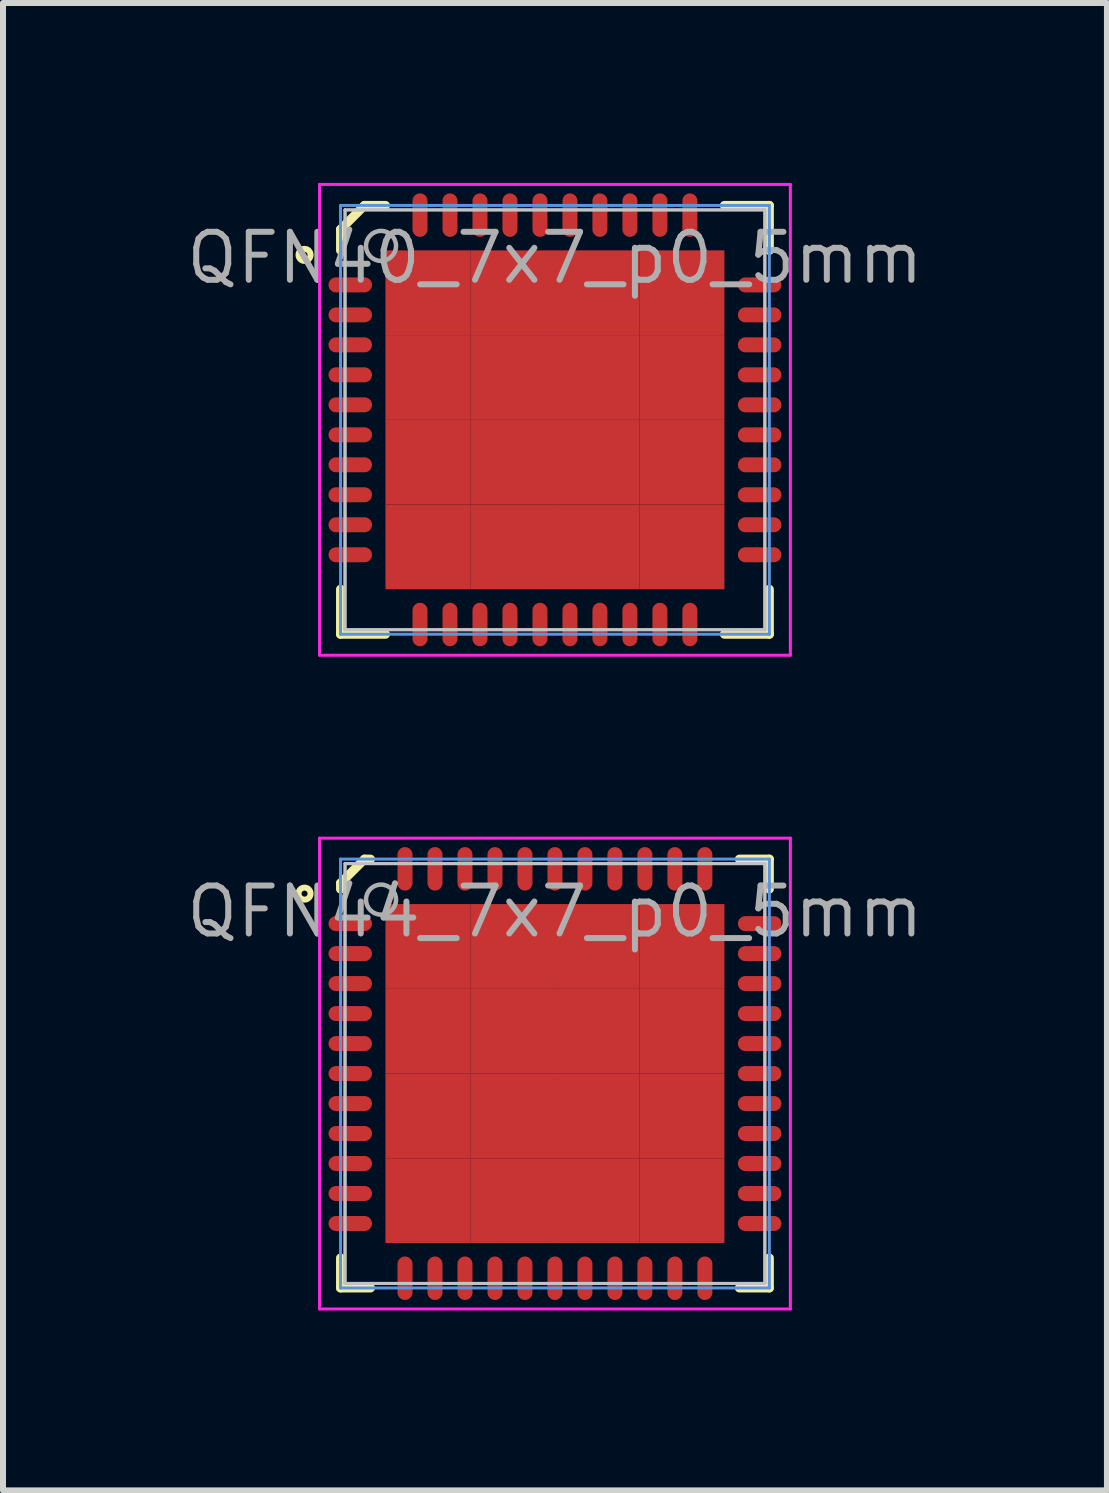
<source format=kicad_pcb>
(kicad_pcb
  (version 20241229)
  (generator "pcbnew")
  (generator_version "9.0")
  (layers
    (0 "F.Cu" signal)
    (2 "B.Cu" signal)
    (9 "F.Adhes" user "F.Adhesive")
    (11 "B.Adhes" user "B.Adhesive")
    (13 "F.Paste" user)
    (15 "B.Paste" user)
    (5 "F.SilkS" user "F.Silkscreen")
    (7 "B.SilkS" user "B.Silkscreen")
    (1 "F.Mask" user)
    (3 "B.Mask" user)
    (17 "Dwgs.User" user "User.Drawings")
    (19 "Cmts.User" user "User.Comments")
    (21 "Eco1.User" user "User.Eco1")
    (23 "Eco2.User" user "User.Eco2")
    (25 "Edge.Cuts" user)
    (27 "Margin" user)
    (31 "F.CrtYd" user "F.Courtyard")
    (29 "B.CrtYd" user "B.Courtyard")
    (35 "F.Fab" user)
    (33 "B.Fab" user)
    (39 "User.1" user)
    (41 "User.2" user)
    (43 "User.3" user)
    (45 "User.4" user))
  (footprint "QFN44_7x7_p0_5mm"
    (layer "F.Cu")
    (at 6.203 14.85)
    (property "Reference" "QFN44_7x7_p0_5mm" (at 0 -2.7 0) (layer "F.Fab") (effects (font (size 0.8 0.8) (thickness 0.1))))
    (attr through_hole)
    (fp_line (start -3.575 -3.175) (end -3.575 -3.075) (stroke (width 0.15) (type solid)) (layer "F.SilkS"))
    (fp_line (start -3.575 -3.175) (end -3.175 -3.575) (stroke (width 0.15) (type solid)) (layer "F.SilkS"))
    (fp_line (start -3.575 3.575) (end -3.575 3.075) (stroke (width 0.15) (type solid)) (layer "F.SilkS"))
    (fp_line (start -3.575 3.575) (end -3.075 3.575) (stroke (width 0.15) (type solid)) (layer "F.SilkS"))
    (fp_line (start -3.075 -3.575) (end -3.175 -3.575) (stroke (width 0.15) (type solid)) (layer "F.SilkS"))
    (fp_line (start 3.575 -3.575) (end 3.075 -3.575) (stroke (width 0.15) (type solid)) (layer "F.SilkS"))
    (fp_line (start 3.575 -3.575) (end 3.575 -3.075) (stroke (width 0.15) (type solid)) (layer "F.SilkS"))
    (fp_line (start 3.575 3.575) (end 3.075 3.575) (stroke (width 0.15) (type solid)) (layer "F.SilkS"))
    (fp_line (start 3.575 3.575) (end 3.575 3.075) (stroke (width 0.15) (type solid)) (layer "F.SilkS"))
    (fp_circle (center -4.175 -3) (end -4.104 -2.929) (stroke (width 0.1) (type solid)) (fill no) (layer "F.SilkS"))
    (fp_line (start -3.5 -3.5) (end -3.5 3.5) (stroke (width 0.05) (type solid)) (layer "Dwgs.User"))
    (fp_line (start -3.5 -3.5) (end 3.5 -3.5) (stroke (width 0.05) (type solid)) (layer "Dwgs.User"))
    (fp_line (start -3.5 3.5) (end 3.5 3.5) (stroke (width 0.05) (type solid)) (layer "Dwgs.User"))
    (fp_line (start 3.5 -3.5) (end 3.5 3.5) (stroke (width 0.05) (type solid)) (layer "Dwgs.User"))
    (fp_line (start -3.575 -3.575) (end -3.575 3.575) (stroke (width 0.05) (type solid)) (layer "Cmts.User"))
    (fp_line (start -3.575 -3.575) (end 3.575 -3.575) (stroke (width 0.05) (type solid)) (layer "Cmts.User"))
    (fp_line (start -3.575 3.575) (end 3.575 3.575) (stroke (width 0.05) (type solid)) (layer "Cmts.User"))
    (fp_line (start 3.575 -3.575) (end 3.575 3.575) (stroke (width 0.05) (type solid)) (layer "Cmts.User"))
    (fp_line (start -3.425 -3.425) (end -3.425 3.425) (stroke (width 0.05) (type solid)) (layer "Eco1.User"))
    (fp_line (start -3.425 -3.425) (end 3.425 -3.425) (stroke (width 0.05) (type solid)) (layer "Eco1.User"))
    (fp_line (start -3.425 3.425) (end 3.425 3.425) (stroke (width 0.05) (type solid)) (layer "Eco1.User"))
    (fp_line (start 3.425 -3.425) (end 3.425 3.425) (stroke (width 0.05) (type solid)) (layer "Eco1.User"))
    (fp_line (start -3.925 -3.925) (end -3.925 3.925) (stroke (width 0.05) (type solid)) (layer "F.CrtYd"))
    (fp_line (start -3.925 -3.925) (end 3.925 -3.925) (stroke (width 0.05) (type solid)) (layer "F.CrtYd"))
    (fp_line (start -3.925 3.925) (end 3.925 3.925) (stroke (width 0.05) (type solid)) (layer "F.CrtYd"))
    (fp_line (start 3.925 -3.925) (end 3.925 3.925) (stroke (width 0.05) (type solid)) (layer "F.CrtYd"))
    (fp_line (start -3.5 -3.5) (end -3.5 3.5) (stroke (width 0.05) (type solid)) (layer "F.Fab"))
    (fp_line (start -3.5 -3.5) (end 3.5 -3.5) (stroke (width 0.05) (type solid)) (layer "F.Fab"))
    (fp_line (start -3.5 3.5) (end 3.5 3.5) (stroke (width 0.05) (type solid)) (layer "F.Fab"))
    (fp_line (start 3.5 -3.5) (end 3.5 3.5) (stroke (width 0.05) (type solid)) (layer "F.Fab"))
    (fp_circle (center -2.9 -2.9) (end -2.723 -2.723) (stroke (width 0.075) (type solid)) (fill no) (layer "F.Fab"))
    (pad "1" smd oval (at -3.413 -2.5 180) (size 0.725 0.25) (layers "F.Cu" "F.Mask" "F.Paste"))
    (pad "2" smd oval (at -3.413 -2 180) (size 0.725 0.25) (layers "F.Cu" "F.Mask" "F.Paste"))
    (pad "3" smd oval (at -3.413 -1.5 180) (size 0.725 0.25) (layers "F.Cu" "F.Mask" "F.Paste"))
    (pad "4" smd oval (at -3.413 -1 180) (size 0.725 0.25) (layers "F.Cu" "F.Mask" "F.Paste"))
    (pad "5" smd oval (at -3.413 -0.5 180) (size 0.725 0.25) (layers "F.Cu" "F.Mask" "F.Paste"))
    (pad "6" smd oval (at -3.413 0 180) (size 0.725 0.25) (layers "F.Cu" "F.Mask" "F.Paste"))
    (pad "7" smd oval (at -3.413 0.5 180) (size 0.725 0.25) (layers "F.Cu" "F.Mask" "F.Paste"))
    (pad "8" smd oval (at -3.413 1 180) (size 0.725 0.25) (layers "F.Cu" "F.Mask" "F.Paste"))
    (pad "9" smd oval (at -3.413 1.5 180) (size 0.725 0.25) (layers "F.Cu" "F.Mask" "F.Paste"))
    (pad "10" smd oval (at -3.413 2 180) (size 0.725 0.25) (layers "F.Cu" "F.Mask" "F.Paste"))
    (pad "11" smd oval (at -3.413 2.5 180) (size 0.725 0.25) (layers "F.Cu" "F.Mask" "F.Paste"))
    (pad "12" smd oval (at -2.5 3.413 270) (size 0.725 0.25) (layers "F.Cu" "F.Mask" "F.Paste"))
    (pad "13" smd oval (at -2 3.413 270) (size 0.725 0.25) (layers "F.Cu" "F.Mask" "F.Paste"))
    (pad "14" smd oval (at -1.5 3.413 270) (size 0.725 0.25) (layers "F.Cu" "F.Mask" "F.Paste"))
    (pad "15" smd oval (at -1 3.413 270) (size 0.725 0.25) (layers "F.Cu" "F.Mask" "F.Paste"))
    (pad "16" smd oval (at -0.5 3.413 270) (size 0.725 0.25) (layers "F.Cu" "F.Mask" "F.Paste"))
    (pad "17" smd oval (at 0 3.413 270) (size 0.725 0.25) (layers "F.Cu" "F.Mask" "F.Paste"))
    (pad "18" smd oval (at 0.5 3.413 270) (size 0.725 0.25) (layers "F.Cu" "F.Mask" "F.Paste"))
    (pad "19" smd oval (at 1 3.413 270) (size 0.725 0.25) (layers "F.Cu" "F.Mask" "F.Paste"))
    (pad "20" smd oval (at 1.5 3.413 270) (size 0.725 0.25) (layers "F.Cu" "F.Mask" "F.Paste"))
    (pad "21" smd oval (at 2 3.413 270) (size 0.725 0.25) (layers "F.Cu" "F.Mask" "F.Paste"))
    (pad "22" smd oval (at 2.5 3.413 270) (size 0.725 0.25) (layers "F.Cu" "F.Mask" "F.Paste"))
    (pad "23" smd oval (at 3.413 2.5) (size 0.725 0.25) (layers "F.Cu" "F.Mask" "F.Paste"))
    (pad "24" smd oval (at 3.413 2) (size 0.725 0.25) (layers "F.Cu" "F.Mask" "F.Paste"))
    (pad "25" smd oval (at 3.413 1.5) (size 0.725 0.25) (layers "F.Cu" "F.Mask" "F.Paste"))
    (pad "26" smd oval (at 3.413 1) (size 0.725 0.25) (layers "F.Cu" "F.Mask" "F.Paste"))
    (pad "27" smd oval (at 3.413 0.5) (size 0.725 0.25) (layers "F.Cu" "F.Mask" "F.Paste"))
    (pad "28" smd oval (at 3.413 0) (size 0.725 0.25) (layers "F.Cu" "F.Mask" "F.Paste"))
    (pad "29" smd oval (at 3.413 -0.5) (size 0.725 0.25) (layers "F.Cu" "F.Mask" "F.Paste"))
    (pad "30" smd oval (at 3.413 -1) (size 0.725 0.25) (layers "F.Cu" "F.Mask" "F.Paste"))
    (pad "31" smd oval (at 3.413 -1.5) (size 0.725 0.25) (layers "F.Cu" "F.Mask" "F.Paste"))
    (pad "32" smd oval (at 3.413 -2) (size 0.725 0.25) (layers "F.Cu" "F.Mask" "F.Paste"))
    (pad "33" smd oval (at 3.413 -2.5) (size 0.725 0.25) (layers "F.Cu" "F.Mask" "F.Paste"))
    (pad "34" smd oval (at 2.5 -3.413 90) (size 0.725 0.25) (layers "F.Cu" "F.Mask" "F.Paste"))
    (pad "35" smd oval (at 2 -3.413 90) (size 0.725 0.25) (layers "F.Cu" "F.Mask" "F.Paste"))
    (pad "36" smd oval (at 1.5 -3.413 90) (size 0.725 0.25) (layers "F.Cu" "F.Mask" "F.Paste"))
    (pad "37" smd oval (at 1 -3.413 90) (size 0.725 0.25) (layers "F.Cu" "F.Mask" "F.Paste"))
    (pad "38" smd oval (at 0.5 -3.413 90) (size 0.725 0.25) (layers "F.Cu" "F.Mask" "F.Paste"))
    (pad "39" smd oval (at 0 -3.413 90) (size 0.725 0.25) (layers "F.Cu" "F.Mask" "F.Paste"))
    (pad "40" smd oval (at -0.5 -3.413 90) (size 0.725 0.25) (layers "F.Cu" "F.Mask" "F.Paste"))
    (pad "41" smd oval (at -1 -3.413 90) (size 0.725 0.25) (layers "F.Cu" "F.Mask" "F.Paste"))
    (pad "42" smd oval (at -1.5 -3.413 90) (size 0.725 0.25) (layers "F.Cu" "F.Mask" "F.Paste"))
    (pad "43" smd oval (at -2 -3.413 90) (size 0.725 0.25) (layers "F.Cu" "F.Mask" "F.Paste"))
    (pad "44" smd oval (at -2.5 -3.413 90) (size 0.725 0.25) (layers "F.Cu" "F.Mask" "F.Paste"))
    (pad "45" smd rect (at -2.119 -2.119) (size 1.413 1.413) (layers "F.Cu" "F.Mask" "F.Paste"))
    (pad "45" smd rect (at -2.119 -0.706) (size 1.413 1.413) (layers "F.Cu" "F.Mask" "F.Paste"))
    (pad "45" smd rect (at -2.119 0.706) (size 1.413 1.413) (layers "F.Cu" "F.Mask" "F.Paste"))
    (pad "45" smd rect (at -2.119 2.119) (size 1.413 1.413) (layers "F.Cu" "F.Mask" "F.Paste"))
    (pad "45" smd rect (at -0.706 -2.119) (size 1.413 1.413) (layers "F.Cu" "F.Mask" "F.Paste"))
    (pad "45" smd rect (at -0.706 -0.706) (size 1.413 1.413) (layers "F.Cu" "F.Mask" "F.Paste"))
    (pad "45" smd rect (at -0.706 0.706) (size 1.413 1.413) (layers "F.Cu" "F.Mask" "F.Paste"))
    (pad "45" smd rect (at -0.706 2.119) (size 1.413 1.413) (layers "F.Cu" "F.Mask" "F.Paste"))
    (pad "45" smd rect (at 0.706 -2.119) (size 1.413 1.413) (layers "F.Cu" "F.Mask" "F.Paste"))
    (pad "45" smd rect (at 0.706 -0.706) (size 1.413 1.413) (layers "F.Cu" "F.Mask" "F.Paste"))
    (pad "45" smd rect (at 0.706 0.706) (size 1.413 1.413) (layers "F.Cu" "F.Mask" "F.Paste"))
    (pad "45" smd rect (at 0.706 2.119) (size 1.413 1.413) (layers "F.Cu" "F.Mask" "F.Paste"))
    (pad "45" smd rect (at 2.119 -2.119) (size 1.413 1.413) (layers "F.Cu" "F.Mask" "F.Paste"))
    (pad "45" smd rect (at 2.119 -0.706) (size 1.413 1.413) (layers "F.Cu" "F.Mask" "F.Paste"))
    (pad "45" smd rect (at 2.119 0.706) (size 1.413 1.413) (layers "F.Cu" "F.Mask" "F.Paste"))
    (pad "45" smd rect (at 2.119 2.119) (size 1.413 1.413) (layers "F.Cu" "F.Mask" "F.Paste")))
  (footprint "QFN40_7x7_p0_5mm"
    (layer "F.Cu")
    (at 6.203 3.95)
    (property "Reference" "QFN40_7x7_p0_5mm" (at 0 -2.7 0) (layer "F.Fab") (effects (font (size 0.8 0.8) (thickness 0.1))))
    (attr through_hole)
    (fp_line (start -3.575 -3.175) (end -3.575 -2.825) (stroke (width 0.15) (type solid)) (layer "F.SilkS"))
    (fp_line (start -3.575 -3.175) (end -3.175 -3.575) (stroke (width 0.15) (type solid)) (layer "F.SilkS"))
    (fp_line (start -3.575 3.575) (end -3.575 2.825) (stroke (width 0.15) (type solid)) (layer "F.SilkS"))
    (fp_line (start -3.575 3.575) (end -2.825 3.575) (stroke (width 0.15) (type solid)) (layer "F.SilkS"))
    (fp_line (start -2.825 -3.575) (end -3.175 -3.575) (stroke (width 0.15) (type solid)) (layer "F.SilkS"))
    (fp_line (start 3.575 -3.575) (end 2.825 -3.575) (stroke (width 0.15) (type solid)) (layer "F.SilkS"))
    (fp_line (start 3.575 -3.575) (end 3.575 -2.825) (stroke (width 0.15) (type solid)) (layer "F.SilkS"))
    (fp_line (start 3.575 3.575) (end 2.825 3.575) (stroke (width 0.15) (type solid)) (layer "F.SilkS"))
    (fp_line (start 3.575 3.575) (end 3.575 2.825) (stroke (width 0.15) (type solid)) (layer "F.SilkS"))
    (fp_circle (center -4.175 -2.75) (end -4.104 -2.679) (stroke (width 0.1) (type solid)) (fill no) (layer "F.SilkS"))
    (fp_line (start -3.5 -3.5) (end -3.5 3.5) (stroke (width 0.05) (type solid)) (layer "Dwgs.User"))
    (fp_line (start -3.5 -3.5) (end 3.5 -3.5) (stroke (width 0.05) (type solid)) (layer "Dwgs.User"))
    (fp_line (start -3.5 3.5) (end 3.5 3.5) (stroke (width 0.05) (type solid)) (layer "Dwgs.User"))
    (fp_line (start 3.5 -3.5) (end 3.5 3.5) (stroke (width 0.05) (type solid)) (layer "Dwgs.User"))
    (fp_line (start -3.575 -3.575) (end -3.575 3.575) (stroke (width 0.05) (type solid)) (layer "Cmts.User"))
    (fp_line (start -3.575 -3.575) (end 3.575 -3.575) (stroke (width 0.05) (type solid)) (layer "Cmts.User"))
    (fp_line (start -3.575 3.575) (end 3.575 3.575) (stroke (width 0.05) (type solid)) (layer "Cmts.User"))
    (fp_line (start 3.575 -3.575) (end 3.575 3.575) (stroke (width 0.05) (type solid)) (layer "Cmts.User"))
    (fp_line (start -3.425 -3.425) (end -3.425 3.425) (stroke (width 0.05) (type solid)) (layer "Eco1.User"))
    (fp_line (start -3.425 -3.425) (end 3.425 -3.425) (stroke (width 0.05) (type solid)) (layer "Eco1.User"))
    (fp_line (start -3.425 3.425) (end 3.425 3.425) (stroke (width 0.05) (type solid)) (layer "Eco1.User"))
    (fp_line (start 3.425 -3.425) (end 3.425 3.425) (stroke (width 0.05) (type solid)) (layer "Eco1.User"))
    (fp_line (start -3.925 -3.925) (end -3.925 3.925) (stroke (width 0.05) (type solid)) (layer "F.CrtYd"))
    (fp_line (start -3.925 -3.925) (end 3.925 -3.925) (stroke (width 0.05) (type solid)) (layer "F.CrtYd"))
    (fp_line (start -3.925 3.925) (end 3.925 3.925) (stroke (width 0.05) (type solid)) (layer "F.CrtYd"))
    (fp_line (start 3.925 -3.925) (end 3.925 3.925) (stroke (width 0.05) (type solid)) (layer "F.CrtYd"))
    (fp_line (start -3.5 -3.5) (end -3.5 3.5) (stroke (width 0.05) (type solid)) (layer "F.Fab"))
    (fp_line (start -3.5 -3.5) (end 3.5 -3.5) (stroke (width 0.05) (type solid)) (layer "F.Fab"))
    (fp_line (start -3.5 3.5) (end 3.5 3.5) (stroke (width 0.05) (type solid)) (layer "F.Fab"))
    (fp_line (start 3.5 -3.5) (end 3.5 3.5) (stroke (width 0.05) (type solid)) (layer "F.Fab"))
    (fp_circle (center -2.9 -2.9) (end -2.723 -2.723) (stroke (width 0.075) (type solid)) (fill no) (layer "F.Fab"))
    (pad "1" smd oval (at -3.413 -2.25 180) (size 0.725 0.25) (layers "F.Cu" "F.Mask" "F.Paste"))
    (pad "2" smd oval (at -3.413 -1.75 180) (size 0.725 0.25) (layers "F.Cu" "F.Mask" "F.Paste"))
    (pad "3" smd oval (at -3.413 -1.25 180) (size 0.725 0.25) (layers "F.Cu" "F.Mask" "F.Paste"))
    (pad "4" smd oval (at -3.413 -0.75 180) (size 0.725 0.25) (layers "F.Cu" "F.Mask" "F.Paste"))
    (pad "5" smd oval (at -3.413 -0.25 180) (size 0.725 0.25) (layers "F.Cu" "F.Mask" "F.Paste"))
    (pad "6" smd oval (at -3.413 0.25 180) (size 0.725 0.25) (layers "F.Cu" "F.Mask" "F.Paste"))
    (pad "7" smd oval (at -3.413 0.75 180) (size 0.725 0.25) (layers "F.Cu" "F.Mask" "F.Paste"))
    (pad "8" smd oval (at -3.413 1.25 180) (size 0.725 0.25) (layers "F.Cu" "F.Mask" "F.Paste"))
    (pad "9" smd oval (at -3.413 1.75 180) (size 0.725 0.25) (layers "F.Cu" "F.Mask" "F.Paste"))
    (pad "10" smd oval (at -3.413 2.25 180) (size 0.725 0.25) (layers "F.Cu" "F.Mask" "F.Paste"))
    (pad "11" smd oval (at -2.25 3.413 270) (size 0.725 0.25) (layers "F.Cu" "F.Mask" "F.Paste"))
    (pad "12" smd oval (at -1.75 3.413 270) (size 0.725 0.25) (layers "F.Cu" "F.Mask" "F.Paste"))
    (pad "13" smd oval (at -1.25 3.413 270) (size 0.725 0.25) (layers "F.Cu" "F.Mask" "F.Paste"))
    (pad "14" smd oval (at -0.75 3.413 270) (size 0.725 0.25) (layers "F.Cu" "F.Mask" "F.Paste"))
    (pad "15" smd oval (at -0.25 3.413 270) (size 0.725 0.25) (layers "F.Cu" "F.Mask" "F.Paste"))
    (pad "16" smd oval (at 0.25 3.413 270) (size 0.725 0.25) (layers "F.Cu" "F.Mask" "F.Paste"))
    (pad "17" smd oval (at 0.75 3.413 270) (size 0.725 0.25) (layers "F.Cu" "F.Mask" "F.Paste"))
    (pad "18" smd oval (at 1.25 3.413 270) (size 0.725 0.25) (layers "F.Cu" "F.Mask" "F.Paste"))
    (pad "19" smd oval (at 1.75 3.413 270) (size 0.725 0.25) (layers "F.Cu" "F.Mask" "F.Paste"))
    (pad "20" smd oval (at 2.25 3.413 270) (size 0.725 0.25) (layers "F.Cu" "F.Mask" "F.Paste"))
    (pad "21" smd oval (at 3.413 2.25) (size 0.725 0.25) (layers "F.Cu" "F.Mask" "F.Paste"))
    (pad "22" smd oval (at 3.413 1.75) (size 0.725 0.25) (layers "F.Cu" "F.Mask" "F.Paste"))
    (pad "23" smd oval (at 3.413 1.25) (size 0.725 0.25) (layers "F.Cu" "F.Mask" "F.Paste"))
    (pad "24" smd oval (at 3.413 0.75) (size 0.725 0.25) (layers "F.Cu" "F.Mask" "F.Paste"))
    (pad "25" smd oval (at 3.413 0.25) (size 0.725 0.25) (layers "F.Cu" "F.Mask" "F.Paste"))
    (pad "26" smd oval (at 3.413 -0.25) (size 0.725 0.25) (layers "F.Cu" "F.Mask" "F.Paste"))
    (pad "27" smd oval (at 3.413 -0.75) (size 0.725 0.25) (layers "F.Cu" "F.Mask" "F.Paste"))
    (pad "28" smd oval (at 3.413 -1.25) (size 0.725 0.25) (layers "F.Cu" "F.Mask" "F.Paste"))
    (pad "29" smd oval (at 3.413 -1.75) (size 0.725 0.25) (layers "F.Cu" "F.Mask" "F.Paste"))
    (pad "30" smd oval (at 3.413 -2.25) (size 0.725 0.25) (layers "F.Cu" "F.Mask" "F.Paste"))
    (pad "31" smd oval (at 2.25 -3.413 90) (size 0.725 0.25) (layers "F.Cu" "F.Mask" "F.Paste"))
    (pad "32" smd oval (at 1.75 -3.413 90) (size 0.725 0.25) (layers "F.Cu" "F.Mask" "F.Paste"))
    (pad "33" smd oval (at 1.25 -3.413 90) (size 0.725 0.25) (layers "F.Cu" "F.Mask" "F.Paste"))
    (pad "34" smd oval (at 0.75 -3.413 90) (size 0.725 0.25) (layers "F.Cu" "F.Mask" "F.Paste"))
    (pad "35" smd oval (at 0.25 -3.413 90) (size 0.725 0.25) (layers "F.Cu" "F.Mask" "F.Paste"))
    (pad "36" smd oval (at -0.25 -3.413 90) (size 0.725 0.25) (layers "F.Cu" "F.Mask" "F.Paste"))
    (pad "37" smd oval (at -0.75 -3.413 90) (size 0.725 0.25) (layers "F.Cu" "F.Mask" "F.Paste"))
    (pad "38" smd oval (at -1.25 -3.413 90) (size 0.725 0.25) (layers "F.Cu" "F.Mask" "F.Paste"))
    (pad "39" smd oval (at -1.75 -3.413 90) (size 0.725 0.25) (layers "F.Cu" "F.Mask" "F.Paste"))
    (pad "40" smd oval (at -2.25 -3.413 90) (size 0.725 0.25) (layers "F.Cu" "F.Mask" "F.Paste"))
    (pad "41" smd rect (at -2.119 -2.119) (size 1.413 1.413) (layers "F.Cu" "F.Mask" "F.Paste"))
    (pad "41" smd rect (at -2.119 -0.706) (size 1.413 1.413) (layers "F.Cu" "F.Mask" "F.Paste"))
    (pad "41" smd rect (at -2.119 0.706) (size 1.413 1.413) (layers "F.Cu" "F.Mask" "F.Paste"))
    (pad "41" smd rect (at -2.119 2.119) (size 1.413 1.413) (layers "F.Cu" "F.Mask" "F.Paste"))
    (pad "41" smd rect (at -0.706 -2.119) (size 1.413 1.413) (layers "F.Cu" "F.Mask" "F.Paste"))
    (pad "41" smd rect (at -0.706 -0.706) (size 1.413 1.413) (layers "F.Cu" "F.Mask" "F.Paste"))
    (pad "41" smd rect (at -0.706 0.706) (size 1.413 1.413) (layers "F.Cu" "F.Mask" "F.Paste"))
    (pad "41" smd rect (at -0.706 2.119) (size 1.413 1.413) (layers "F.Cu" "F.Mask" "F.Paste"))
    (pad "41" smd rect (at 0.706 -2.119) (size 1.413 1.413) (layers "F.Cu" "F.Mask" "F.Paste"))
    (pad "41" smd rect (at 0.706 -0.706) (size 1.413 1.413) (layers "F.Cu" "F.Mask" "F.Paste"))
    (pad "41" smd rect (at 0.706 0.706) (size 1.413 1.413) (layers "F.Cu" "F.Mask" "F.Paste"))
    (pad "41" smd rect (at 0.706 2.119) (size 1.413 1.413) (layers "F.Cu" "F.Mask" "F.Paste"))
    (pad "41" smd rect (at 2.119 -2.119) (size 1.413 1.413) (layers "F.Cu" "F.Mask" "F.Paste"))
    (pad "41" smd rect (at 2.119 -0.706) (size 1.413 1.413) (layers "F.Cu" "F.Mask" "F.Paste"))
    (pad "41" smd rect (at 2.119 0.706) (size 1.413 1.413) (layers "F.Cu" "F.Mask" "F.Paste"))
    (pad "41" smd rect (at 2.119 2.119) (size 1.413 1.413) (layers "F.Cu" "F.Mask" "F.Paste")))
  (gr_rect
    (start -3 -3)
    (end 15.407 21.8)
    (stroke (width 0.1) (type default))
    (fill no)
    (layer "Edge.Cuts")))
</source>
